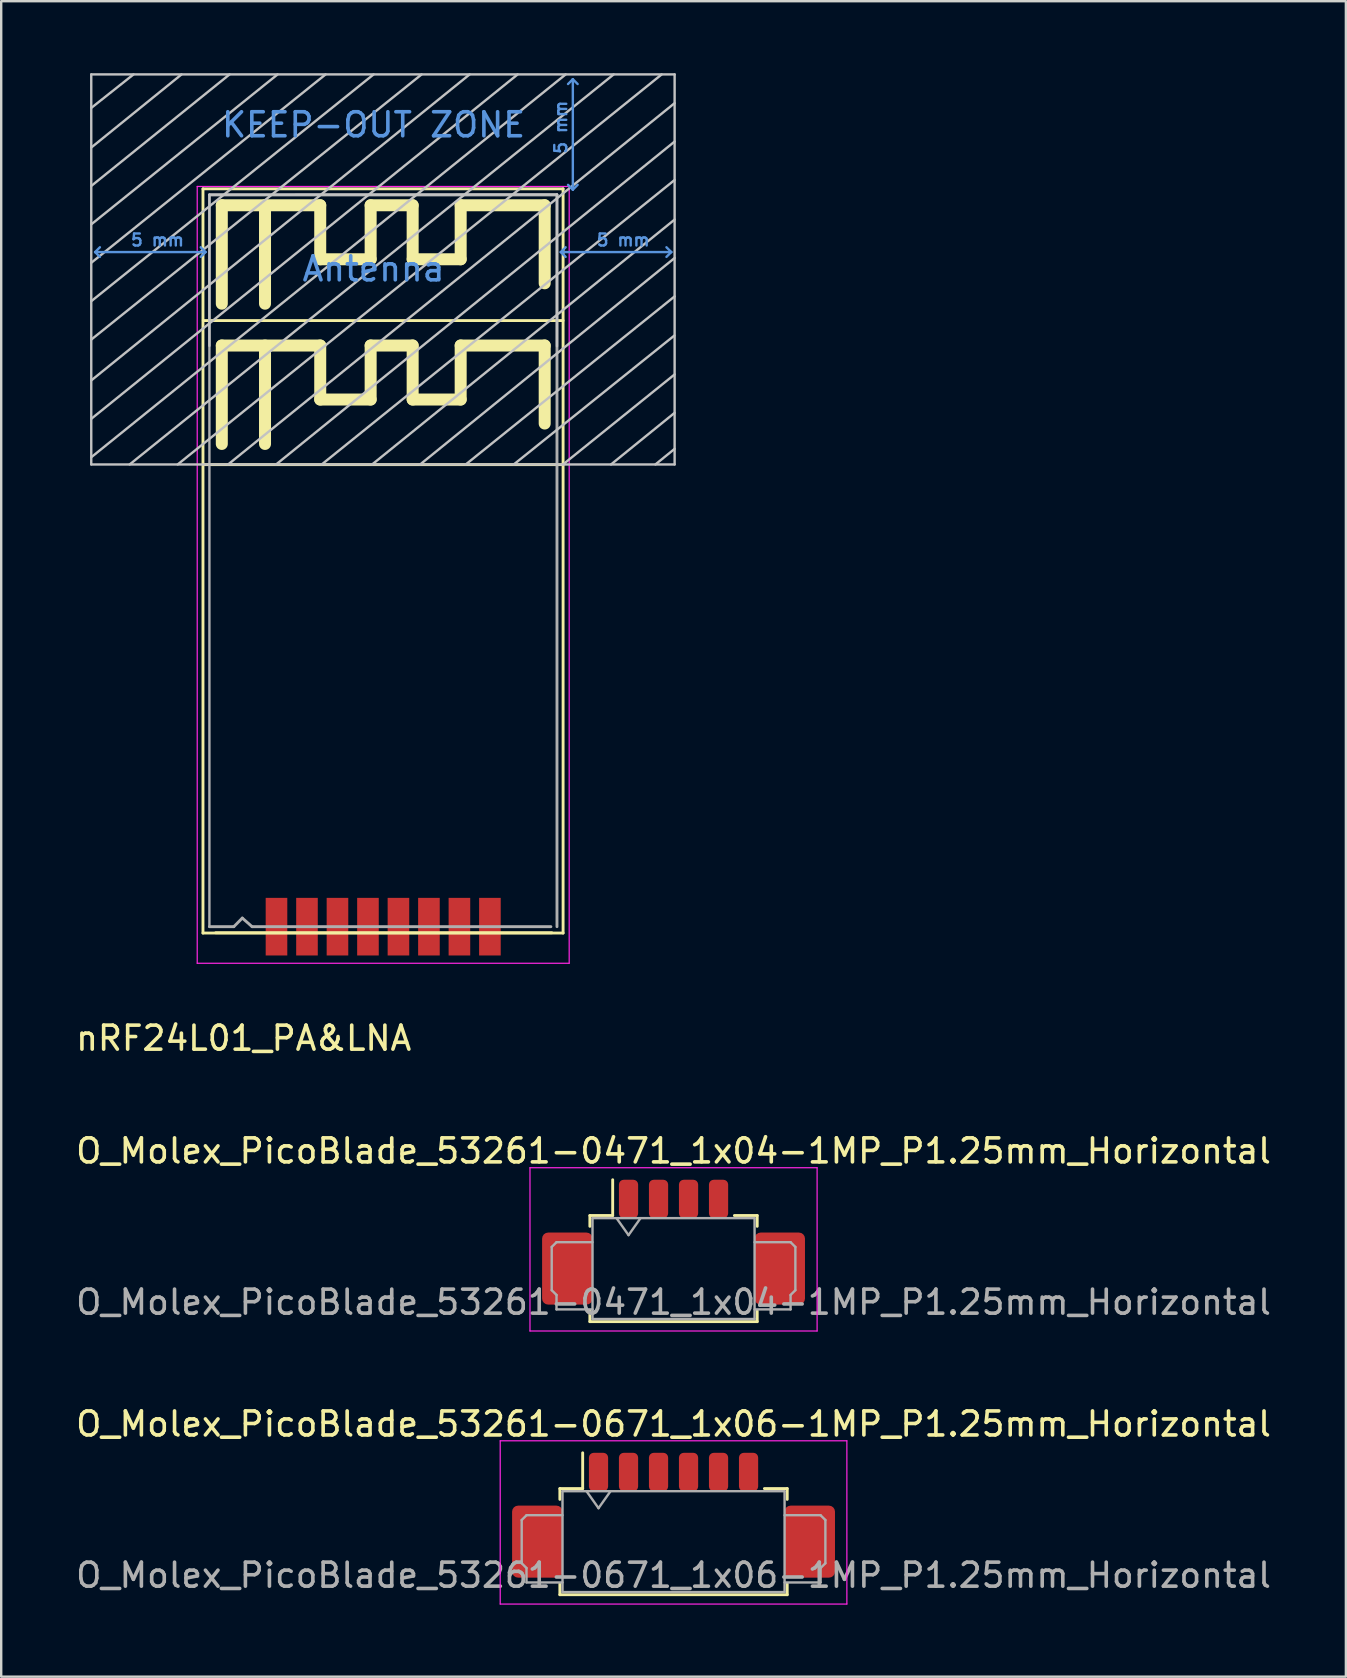
<source format=kicad_pcb>
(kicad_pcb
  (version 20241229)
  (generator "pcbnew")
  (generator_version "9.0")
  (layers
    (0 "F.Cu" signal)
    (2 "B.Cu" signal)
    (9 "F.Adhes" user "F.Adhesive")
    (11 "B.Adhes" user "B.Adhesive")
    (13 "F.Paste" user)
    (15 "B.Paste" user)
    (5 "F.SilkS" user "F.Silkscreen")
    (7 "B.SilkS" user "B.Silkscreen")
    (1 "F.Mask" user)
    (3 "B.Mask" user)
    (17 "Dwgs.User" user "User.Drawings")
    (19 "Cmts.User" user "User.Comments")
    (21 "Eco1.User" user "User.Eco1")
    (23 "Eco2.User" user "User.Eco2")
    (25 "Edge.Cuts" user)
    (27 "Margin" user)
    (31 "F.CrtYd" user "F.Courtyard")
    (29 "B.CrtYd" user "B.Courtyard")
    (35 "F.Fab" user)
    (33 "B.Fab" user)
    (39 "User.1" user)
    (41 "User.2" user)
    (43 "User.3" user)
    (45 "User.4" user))
  (footprint "nRF24L01_PA&LNA"
    (layer "F.Cu")
    (at 13.201 22.496)
    (property "Reference" "nRF24L01_PA&LNA" (at -6.1 17.7 0) (layer "F.SilkS") (effects (font (size 1 1) (thickness 0.15))))
    (attr through_hole)
    (fp_line (start -7.796 -17.68) (end 7.204 -17.68) (stroke (width 0.12) (type solid)) (layer "F.SilkS"))
    (fp_line (start -7.796 13.32) (end -7.796 -17.68) (stroke (width 0.12) (type solid)) (layer "F.SilkS"))
    (fp_line (start -7.782 -12.192) (end 7.204 -12.192) (stroke (width 0.12) (type solid)) (layer "F.SilkS"))
    (fp_line (start -7.782 -6.192) (end 7.204 -6.192) (stroke (width 0.12) (type solid)) (layer "F.SilkS"))
    (fp_line (start -7.012 -16.996) (end -2.912 -16.996) (stroke (width 0.5) (type solid)) (layer "F.SilkS"))
    (fp_line (start -7.012 -12.896) (end -7.012 -16.996) (stroke (width 0.5) (type solid)) (layer "F.SilkS"))
    (fp_line (start -7.012 -11.154) (end -2.912 -11.154) (stroke (width 0.5) (type solid)) (layer "F.SilkS"))
    (fp_line (start -7.012 -7.054) (end -7.012 -11.154) (stroke (width 0.5) (type solid)) (layer "F.SilkS"))
    (fp_line (start -5.212 -12.896) (end -5.212 -16.996) (stroke (width 0.5) (type solid)) (layer "F.SilkS"))
    (fp_line (start -5.212 -7.054) (end -5.212 -11.154) (stroke (width 0.5) (type solid)) (layer "F.SilkS"))
    (fp_line (start -2.912 -16.996) (end -2.912 -14.746) (stroke (width 0.5) (type solid)) (layer "F.SilkS"))
    (fp_line (start -2.912 -14.746) (end -0.812 -14.746) (stroke (width 0.5) (type solid)) (layer "F.SilkS"))
    (fp_line (start -2.912 -11.154) (end -2.912 -8.904) (stroke (width 0.5) (type solid)) (layer "F.SilkS"))
    (fp_line (start -2.912 -8.904) (end -0.812 -8.904) (stroke (width 0.5) (type solid)) (layer "F.SilkS"))
    (fp_line (start -0.812 -16.996) (end 0.938 -16.996) (stroke (width 0.5) (type solid)) (layer "F.SilkS"))
    (fp_line (start -0.812 -14.746) (end -0.812 -16.996) (stroke (width 0.5) (type solid)) (layer "F.SilkS"))
    (fp_line (start -0.812 -11.154) (end 0.938 -11.154) (stroke (width 0.5) (type solid)) (layer "F.SilkS"))
    (fp_line (start -0.812 -8.904) (end -0.812 -11.154) (stroke (width 0.5) (type solid)) (layer "F.SilkS"))
    (fp_line (start 0.938 -16.996) (end 0.938 -14.746) (stroke (width 0.5) (type solid)) (layer "F.SilkS"))
    (fp_line (start 0.938 -14.746) (end 2.938 -14.746) (stroke (width 0.5) (type solid)) (layer "F.SilkS"))
    (fp_line (start 0.938 -11.154) (end 0.938 -8.904) (stroke (width 0.5) (type solid)) (layer "F.SilkS"))
    (fp_line (start 0.938 -8.904) (end 2.938 -8.904) (stroke (width 0.5) (type solid)) (layer "F.SilkS"))
    (fp_line (start 2.938 -16.996) (end 6.438 -16.996) (stroke (width 0.5) (type solid)) (layer "F.SilkS"))
    (fp_line (start 2.938 -14.746) (end 2.938 -16.996) (stroke (width 0.5) (type solid)) (layer "F.SilkS"))
    (fp_line (start 2.938 -11.154) (end 6.438 -11.154) (stroke (width 0.5) (type solid)) (layer "F.SilkS"))
    (fp_line (start 2.938 -8.904) (end 2.938 -11.154) (stroke (width 0.5) (type solid)) (layer "F.SilkS"))
    (fp_line (start 6.438 -16.996) (end 6.438 -13.746) (stroke (width 0.5) (type solid)) (layer "F.SilkS"))
    (fp_line (start 6.438 -11.154) (end 6.438 -7.904) (stroke (width 0.5) (type solid)) (layer "F.SilkS"))
    (fp_line (start 6.734 13.308) (end -7.266 13.308) (stroke (width 0.12) (type solid)) (layer "F.SilkS"))
    (fp_line (start 7.204 -17.68) (end 7.204 13.32) (stroke (width 0.12) (type solid)) (layer "F.SilkS"))
    (fp_line (start 7.204 13.32) (end -7.796 13.32) (stroke (width 0.12) (type solid)) (layer "F.SilkS"))
    (fp_line (start -12.45 -8.1) (end 5.31 -22.446) (stroke (width 0.1) (type solid)) (layer "Dwgs.User"))
    (fp_line (start -12.45 -6.2) (end -12.45 -22.446) (stroke (width 0.1) (type solid)) (layer "Dwgs.User"))
    (fp_line (start -10.69 -22.446) (end -12.45 -21.05) (stroke (width 0.1) (type solid)) (layer "Dwgs.User"))
    (fp_line (start -8.69 -22.446) (end -12.45 -19.4) (stroke (width 0.1) (type solid)) (layer "Dwgs.User"))
    (fp_line (start -7.528 -17.44) (end 6.95 -17.446) (stroke (width 0.1) (type solid)) (layer "Dwgs.User"))
    (fp_line (start -7.528 -11.14) (end -7.528 -17.44) (stroke (width 0.1) (type solid)) (layer "Dwgs.User"))
    (fp_line (start -6.69 -22.446) (end -12.45 -17.8) (stroke (width 0.1) (type solid)) (layer "Dwgs.User"))
    (fp_line (start -4.69 -22.446) (end -12.45 -16.2) (stroke (width 0.1) (type solid)) (layer "Dwgs.User"))
    (fp_line (start -2.69 -22.446) (end -12.45 -14.6) (stroke (width 0.1) (type solid)) (layer "Dwgs.User"))
    (fp_line (start -0.69 -22.446) (end -12.45 -13) (stroke (width 0.1) (type solid)) (layer "Dwgs.User"))
    (fp_line (start 1.31 -22.446) (end -12.45 -11.4) (stroke (width 0.1) (type solid)) (layer "Dwgs.User"))
    (fp_line (start 3.31 -22.446) (end -12.45 -9.7) (stroke (width 0.1) (type solid)) (layer "Dwgs.User"))
    (fp_line (start 6.95 -17.446) (end 6.95 -11.126) (stroke (width 0.1) (type solid)) (layer "Dwgs.User"))
    (fp_line (start 7.31 -22.446) (end -12.45 -6.5) (stroke (width 0.1) (type solid)) (layer "Dwgs.User"))
    (fp_line (start 9.31 -22.446) (end -10.85 -6.2) (stroke (width 0.1) (type solid)) (layer "Dwgs.User"))
    (fp_line (start 11.31 -22.446) (end -8.85 -6.2) (stroke (width 0.1) (type solid)) (layer "Dwgs.User"))
    (fp_line (start 11.84 -11.57) (end 5.15 -6.2) (stroke (width 0.1) (type solid)) (layer "Dwgs.User"))
    (fp_line (start 11.85 -22.446) (end -12.45 -22.446) (stroke (width 0.1) (type solid)) (layer "Dwgs.User"))
    (fp_line (start 11.85 -21.25) (end -6.75 -6.2) (stroke (width 0.1) (type solid)) (layer "Dwgs.User"))
    (fp_line (start 11.85 -19.65) (end -4.75 -6.2) (stroke (width 0.1) (type solid)) (layer "Dwgs.User"))
    (fp_line (start 11.85 -18.05) (end -2.85 -6.2) (stroke (width 0.1) (type solid)) (layer "Dwgs.User"))
    (fp_line (start 11.85 -16.4) (end -0.75 -6.2) (stroke (width 0.1) (type solid)) (layer "Dwgs.User"))
    (fp_line (start 11.85 -14.8) (end 1.25 -6.2) (stroke (width 0.1) (type solid)) (layer "Dwgs.User"))
    (fp_line (start 11.85 -13.2) (end 3.15 -6.2) (stroke (width 0.1) (type solid)) (layer "Dwgs.User"))
    (fp_line (start 11.85 -9.95) (end 7.2 -6.2) (stroke (width 0.1) (type solid)) (layer "Dwgs.User"))
    (fp_line (start 11.85 -8.35) (end 9.2 -6.2) (stroke (width 0.1) (type solid)) (layer "Dwgs.User"))
    (fp_line (start 11.85 -6.85) (end 11.05 -6.2) (stroke (width 0.1) (type solid)) (layer "Dwgs.User"))
    (fp_line (start 11.85 -6.2) (end -12.45 -6.2) (stroke (width 0.1) (type solid)) (layer "Dwgs.User"))
    (fp_line (start 11.85 -6.2) (end 11.85 -22.446) (stroke (width 0.1) (type solid)) (layer "Dwgs.User"))
    (fp_line (start -12.29 -15.046) (end -12.09 -15.246) (stroke (width 0.1) (type solid)) (layer "Cmts.User"))
    (fp_line (start -12.29 -15.046) (end -12.09 -14.846) (stroke (width 0.1) (type solid)) (layer "Cmts.User"))
    (fp_line (start -12.29 -15.046) (end -7.69 -15.046) (stroke (width 0.1) (type solid)) (layer "Cmts.User"))
    (fp_line (start -7.69 -15.046) (end -7.89 -15.246) (stroke (width 0.1) (type solid)) (layer "Cmts.User"))
    (fp_line (start -7.69 -15.046) (end -7.89 -14.846) (stroke (width 0.1) (type solid)) (layer "Cmts.User"))
    (fp_line (start 7.11 -15.046) (end 7.31 -15.246) (stroke (width 0.1) (type solid)) (layer "Cmts.User"))
    (fp_line (start 7.11 -15.046) (end 7.31 -14.846) (stroke (width 0.1) (type solid)) (layer "Cmts.User"))
    (fp_line (start 7.11 -15.046) (end 11.71 -15.046) (stroke (width 0.1) (type solid)) (layer "Cmts.User"))
    (fp_line (start 7.61 -22.246) (end 7.41 -22.046) (stroke (width 0.1) (type solid)) (layer "Cmts.User"))
    (fp_line (start 7.61 -22.246) (end 7.81 -22.046) (stroke (width 0.1) (type solid)) (layer "Cmts.User"))
    (fp_line (start 7.61 -17.646) (end 7.41 -17.846) (stroke (width 0.1) (type solid)) (layer "Cmts.User"))
    (fp_line (start 7.61 -17.646) (end 7.61 -22.246) (stroke (width 0.1) (type solid)) (layer "Cmts.User"))
    (fp_line (start 7.61 -17.646) (end 7.81 -17.846) (stroke (width 0.1) (type solid)) (layer "Cmts.User"))
    (fp_line (start 11.71 -15.046) (end 11.51 -15.246) (stroke (width 0.1) (type solid)) (layer "Cmts.User"))
    (fp_line (start 11.71 -15.046) (end 11.51 -14.846) (stroke (width 0.1) (type solid)) (layer "Cmts.User"))
    (fp_line (start -8.036 -17.78) (end 7.458 -17.78) (stroke (width 0.05) (type solid)) (layer "F.CrtYd"))
    (fp_line (start -8.036 14.578) (end -8.036 -17.78) (stroke (width 0.05) (type solid)) (layer "F.CrtYd"))
    (fp_line (start 7.458 -17.78) (end 7.458 14.578) (stroke (width 0.05) (type solid)) (layer "F.CrtYd"))
    (fp_line (start 7.458 14.578) (end -8.036 14.578) (stroke (width 0.05) (type solid)) (layer "F.CrtYd"))
    (fp_line (start -7.528 -17.426) (end -7.528 13.054) (stroke (width 0.1) (type solid)) (layer "F.Fab"))
    (fp_line (start -7.528 13.054) (end -6.512 13.054) (stroke (width 0.12) (type solid)) (layer "F.Fab"))
    (fp_line (start -6.512 13.054) (end -6.158 12.696) (stroke (width 0.12) (type solid)) (layer "F.Fab"))
    (fp_line (start -6.158 12.696) (end -5.75 13.054) (stroke (width 0.12) (type solid)) (layer "F.Fab"))
    (fp_line (start -5.75 13.054) (end 6.696 13.054) (stroke (width 0.12) (type solid)) (layer "F.Fab"))
    (fp_line (start 6.95 -17.426) (end -7.528 -17.426) (stroke (width 0.12) (type solid)) (layer "F.Fab"))
    (fp_line (start 6.95 13.054) (end 6.95 -17.426) (stroke (width 0.12) (type solid)) (layer "F.Fab"))
    (fp_text user "Antenna" (at -0.69 -14.346 0) (layer "Cmts.User") (effects (font (size 1 1) (thickness 0.15))))
    (fp_text user "5 mm" (at -9.69 -15.546 0) (layer "Cmts.User") (effects (font (size 0.5 0.5) (thickness 0.1))))
    (fp_text user "5 mm" (at 9.71 -15.546 0) (layer "Cmts.User") (effects (font (size 0.5 0.5) (thickness 0.1))))
    (fp_text user "KEEP-OUT ZONE" (at -0.69 -20.346 0) (layer "Cmts.User") (effects (font (size 1 1) (thickness 0.15))))
    (fp_text user "5 mm" (at 7.11 -20.246 90) (layer "Cmts.User") (effects (font (size 0.5 0.5) (thickness 0.1))))
    (pad "1" smd rect (at -4.734 13.054 90) (size 2.4 0.9) (layers "F.Cu" "F.Mask" "F.Paste"))
    (pad "2" smd rect (at -3.464 13.054 90) (size 2.4 0.9) (layers "F.Cu" "F.Mask" "F.Paste"))
    (pad "3" smd rect (at -2.194 13.054 90) (size 2.4 0.9) (layers "F.Cu" "F.Mask" "F.Paste"))
    (pad "4" smd rect (at -0.924 13.054 90) (size 2.4 0.9) (layers "F.Cu" "F.Mask" "F.Paste"))
    (pad "5" smd rect (at 0.346 13.054 90) (size 2.4 0.9) (layers "F.Cu" "F.Mask" "F.Paste"))
    (pad "6" smd rect (at 1.616 13.054 90) (size 2.4 0.9) (layers "F.Cu" "F.Mask" "F.Paste"))
    (pad "7" smd rect (at 2.886 13.054 90) (size 2.4 0.9) (layers "F.Cu" "F.Mask" "F.Paste"))
    (pad "8" smd rect (at 4.156 13.054 90) (size 2.4 0.9) (layers "F.Cu" "F.Mask" "F.Paste")))
  (footprint "O_Molex_PicoBlade_53261-0671_1x06-1MP_P1.25mm_Horizontal"
    (layer "F.Cu")
    (at 25.006 60.666)
    (property "Reference" "O_Molex_PicoBlade_53261-0671_1x06-1MP_P1.25mm_Horizontal" (at 0 -4.4 0) (layer "F.SilkS") (effects (font (size 1 1) (thickness 0.15))))
    (attr smd)
    (fp_line (start -4.735 -1.71) (end -3.785 -1.71) (stroke (width 0.12) (type solid)) (layer "F.SilkS"))
    (fp_line (start -4.735 -1.26) (end -4.735 -1.71) (stroke (width 0.12) (type solid)) (layer "F.SilkS"))
    (fp_line (start -4.735 2.26) (end -4.735 2.71) (stroke (width 0.12) (type solid)) (layer "F.SilkS"))
    (fp_line (start -4.735 2.71) (end 4.735 2.71) (stroke (width 0.12) (type solid)) (layer "F.SilkS"))
    (fp_line (start -3.785 -1.71) (end -3.785 -3.2) (stroke (width 0.12) (type solid)) (layer "F.SilkS"))
    (fp_line (start 4.735 -1.71) (end 3.785 -1.71) (stroke (width 0.12) (type solid)) (layer "F.SilkS"))
    (fp_line (start 4.735 -1.26) (end 4.735 -1.71) (stroke (width 0.12) (type solid)) (layer "F.SilkS"))
    (fp_line (start 4.735 2.71) (end 4.735 2.26) (stroke (width 0.12) (type solid)) (layer "F.SilkS"))
    (fp_line (start -7.22 -3.7) (end -7.22 3.1) (stroke (width 0.05) (type solid)) (layer "F.CrtYd"))
    (fp_line (start -7.22 3.1) (end 7.22 3.1) (stroke (width 0.05) (type solid)) (layer "F.CrtYd"))
    (fp_line (start 7.22 -3.7) (end -7.22 -3.7) (stroke (width 0.05) (type solid)) (layer "F.CrtYd"))
    (fp_line (start 7.22 3.1) (end 7.22 -3.7) (stroke (width 0.05) (type solid)) (layer "F.CrtYd"))
    (fp_line (start -6.325 -0.4) (end -6.325 1.4) (stroke (width 0.1) (type solid)) (layer "F.Fab"))
    (fp_line (start -6.325 1.4) (end -6.125 1.6) (stroke (width 0.1) (type solid)) (layer "F.Fab"))
    (fp_line (start -6.125 -0.6) (end -6.325 -0.4) (stroke (width 0.1) (type solid)) (layer "F.Fab"))
    (fp_line (start -6.125 1.6) (end -6.125 2.2) (stroke (width 0.1) (type solid)) (layer "F.Fab"))
    (fp_line (start -6.125 2.2) (end -4.625 2.2) (stroke (width 0.1) (type solid)) (layer "F.Fab"))
    (fp_line (start -4.625 -1.6) (end -4.625 2.6) (stroke (width 0.1) (type solid)) (layer "F.Fab"))
    (fp_line (start -4.625 -1.6) (end 4.625 -1.6) (stroke (width 0.1) (type solid)) (layer "F.Fab"))
    (fp_line (start -4.625 -0.6) (end -6.125 -0.6) (stroke (width 0.1) (type solid)) (layer "F.Fab"))
    (fp_line (start -4.625 2.6) (end 4.625 2.6) (stroke (width 0.1) (type solid)) (layer "F.Fab"))
    (fp_line (start -3.625 -1.6) (end -3.125 -0.893) (stroke (width 0.1) (type solid)) (layer "F.Fab"))
    (fp_line (start -3.125 -0.893) (end -2.625 -1.6) (stroke (width 0.1) (type solid)) (layer "F.Fab"))
    (fp_line (start 4.625 -1.6) (end 4.625 2.6) (stroke (width 0.1) (type solid)) (layer "F.Fab"))
    (fp_line (start 4.625 -0.6) (end 6.125 -0.6) (stroke (width 0.1) (type solid)) (layer "F.Fab"))
    (fp_line (start 6.125 -0.6) (end 6.325 -0.4) (stroke (width 0.1) (type solid)) (layer "F.Fab"))
    (fp_line (start 6.125 1.6) (end 6.125 2.2) (stroke (width 0.1) (type solid)) (layer "F.Fab"))
    (fp_line (start 6.125 2.2) (end 4.625 2.2) (stroke (width 0.1) (type solid)) (layer "F.Fab"))
    (fp_line (start 6.325 -0.4) (end 6.325 1.4) (stroke (width 0.1) (type solid)) (layer "F.Fab"))
    (fp_line (start 6.325 1.4) (end 6.125 1.6) (stroke (width 0.1) (type solid)) (layer "F.Fab"))
    (fp_text user "${REFERENCE}" (at 0 1.9 0) (layer "F.Fab") (effects (font (size 1 1) (thickness 0.15))))
    (pad "1" smd roundrect (at 3.125 -2.4) (size 0.8 1.6) (layers "F.Cu" "F.Mask" "F.Paste") (roundrect_rratio 0.25))
    (pad "2" smd roundrect (at 1.875 -2.4) (size 0.8 1.6) (layers "F.Cu" "F.Mask" "F.Paste") (roundrect_rratio 0.25))
    (pad "3" smd roundrect (at 0.625 -2.4) (size 0.8 1.6) (layers "F.Cu" "F.Mask" "F.Paste") (roundrect_rratio 0.25))
    (pad "4" smd roundrect (at -0.625 -2.4) (size 0.8 1.6) (layers "F.Cu" "F.Mask" "F.Paste") (roundrect_rratio 0.25))
    (pad "5" smd roundrect (at -1.875 -2.4) (size 0.8 1.6) (layers "F.Cu" "F.Mask" "F.Paste") (roundrect_rratio 0.25))
    (pad "6" smd roundrect (at -3.125 -2.4) (size 0.8 1.6) (layers "F.Cu" "F.Mask" "F.Paste") (roundrect_rratio 0.25))
    (pad "MP" smd roundrect (at -5.675 0.5) (size 2.1 3) (layers "F.Cu" "F.Mask" "F.Paste") (roundrect_rratio 0.119))
    (pad "MP" smd roundrect (at 5.675 0.5) (size 2.1 3) (layers "F.Cu" "F.Mask" "F.Paste") (roundrect_rratio 0.119)))
  (footprint "O_Molex_PicoBlade_53261-0471_1x04-1MP_P1.25mm_Horizontal"
    (layer "F.Cu")
    (at 25.006 49.292)
    (property "Reference" "O_Molex_PicoBlade_53261-0471_1x04-1MP_P1.25mm_Horizontal" (at 0 -4.4 0) (layer "F.SilkS") (effects (font (size 1 1) (thickness 0.15))))
    (attr smd)
    (fp_line (start -3.485 -1.71) (end -2.535 -1.71) (stroke (width 0.12) (type solid)) (layer "F.SilkS"))
    (fp_line (start -3.485 -1.26) (end -3.485 -1.71) (stroke (width 0.12) (type solid)) (layer "F.SilkS"))
    (fp_line (start -3.485 2.26) (end -3.485 2.71) (stroke (width 0.12) (type solid)) (layer "F.SilkS"))
    (fp_line (start -3.485 2.71) (end 3.485 2.71) (stroke (width 0.12) (type solid)) (layer "F.SilkS"))
    (fp_line (start -2.535 -1.71) (end -2.535 -3.2) (stroke (width 0.12) (type solid)) (layer "F.SilkS"))
    (fp_line (start 3.485 -1.71) (end 2.535 -1.71) (stroke (width 0.12) (type solid)) (layer "F.SilkS"))
    (fp_line (start 3.485 -1.26) (end 3.485 -1.71) (stroke (width 0.12) (type solid)) (layer "F.SilkS"))
    (fp_line (start 3.485 2.71) (end 3.485 2.26) (stroke (width 0.12) (type solid)) (layer "F.SilkS"))
    (fp_line (start -5.98 -3.7) (end -5.98 3.1) (stroke (width 0.05) (type solid)) (layer "F.CrtYd"))
    (fp_line (start -5.98 3.1) (end 5.98 3.1) (stroke (width 0.05) (type solid)) (layer "F.CrtYd"))
    (fp_line (start 5.98 -3.7) (end -5.98 -3.7) (stroke (width 0.05) (type solid)) (layer "F.CrtYd"))
    (fp_line (start 5.98 3.1) (end 5.98 -3.7) (stroke (width 0.05) (type solid)) (layer "F.CrtYd"))
    (fp_line (start -5.075 -0.4) (end -5.075 1.4) (stroke (width 0.1) (type solid)) (layer "F.Fab"))
    (fp_line (start -5.075 1.4) (end -4.875 1.6) (stroke (width 0.1) (type solid)) (layer "F.Fab"))
    (fp_line (start -4.875 -0.6) (end -5.075 -0.4) (stroke (width 0.1) (type solid)) (layer "F.Fab"))
    (fp_line (start -4.875 1.6) (end -4.875 2.2) (stroke (width 0.1) (type solid)) (layer "F.Fab"))
    (fp_line (start -4.875 2.2) (end -3.375 2.2) (stroke (width 0.1) (type solid)) (layer "F.Fab"))
    (fp_line (start -3.375 -1.6) (end -3.375 2.6) (stroke (width 0.1) (type solid)) (layer "F.Fab"))
    (fp_line (start -3.375 -1.6) (end 3.375 -1.6) (stroke (width 0.1) (type solid)) (layer "F.Fab"))
    (fp_line (start -3.375 -0.6) (end -4.875 -0.6) (stroke (width 0.1) (type solid)) (layer "F.Fab"))
    (fp_line (start -3.375 2.6) (end 3.375 2.6) (stroke (width 0.1) (type solid)) (layer "F.Fab"))
    (fp_line (start -2.375 -1.6) (end -1.875 -0.893) (stroke (width 0.1) (type solid)) (layer "F.Fab"))
    (fp_line (start -1.875 -0.893) (end -1.375 -1.6) (stroke (width 0.1) (type solid)) (layer "F.Fab"))
    (fp_line (start 3.375 -1.6) (end 3.375 2.6) (stroke (width 0.1) (type solid)) (layer "F.Fab"))
    (fp_line (start 3.375 -0.6) (end 4.875 -0.6) (stroke (width 0.1) (type solid)) (layer "F.Fab"))
    (fp_line (start 4.875 -0.6) (end 5.075 -0.4) (stroke (width 0.1) (type solid)) (layer "F.Fab"))
    (fp_line (start 4.875 1.6) (end 4.875 2.2) (stroke (width 0.1) (type solid)) (layer "F.Fab"))
    (fp_line (start 4.875 2.2) (end 3.375 2.2) (stroke (width 0.1) (type solid)) (layer "F.Fab"))
    (fp_line (start 5.075 -0.4) (end 5.075 1.4) (stroke (width 0.1) (type solid)) (layer "F.Fab"))
    (fp_line (start 5.075 1.4) (end 4.875 1.6) (stroke (width 0.1) (type solid)) (layer "F.Fab"))
    (fp_text user "${REFERENCE}" (at 0 1.9 0) (layer "F.Fab") (effects (font (size 1 1) (thickness 0.15))))
    (pad "1" smd roundrect (at 1.875 -2.4) (size 0.8 1.6) (layers "F.Cu" "F.Mask" "F.Paste") (roundrect_rratio 0.25))
    (pad "2" smd roundrect (at 0.625 -2.4) (size 0.8 1.6) (layers "F.Cu" "F.Mask" "F.Paste") (roundrect_rratio 0.25))
    (pad "3" smd roundrect (at -0.625 -2.4) (size 0.8 1.6) (layers "F.Cu" "F.Mask" "F.Paste") (roundrect_rratio 0.25))
    (pad "4" smd roundrect (at -1.875 -2.4) (size 0.8 1.6) (layers "F.Cu" "F.Mask" "F.Paste") (roundrect_rratio 0.25))
    (pad "MP" smd roundrect (at -4.425 0.5) (size 2.1 3) (layers "F.Cu" "F.Mask" "F.Paste") (roundrect_rratio 0.119))
    (pad "MP" smd roundrect (at 4.425 0.5) (size 2.1 3) (layers "F.Cu" "F.Mask" "F.Paste") (roundrect_rratio 0.119)))
  (gr_rect
    (start -3 -3)
    (end 53.012 66.791)
    (stroke (width 0.1) (type default))
    (fill no)
    (layer "Edge.Cuts")))
</source>
